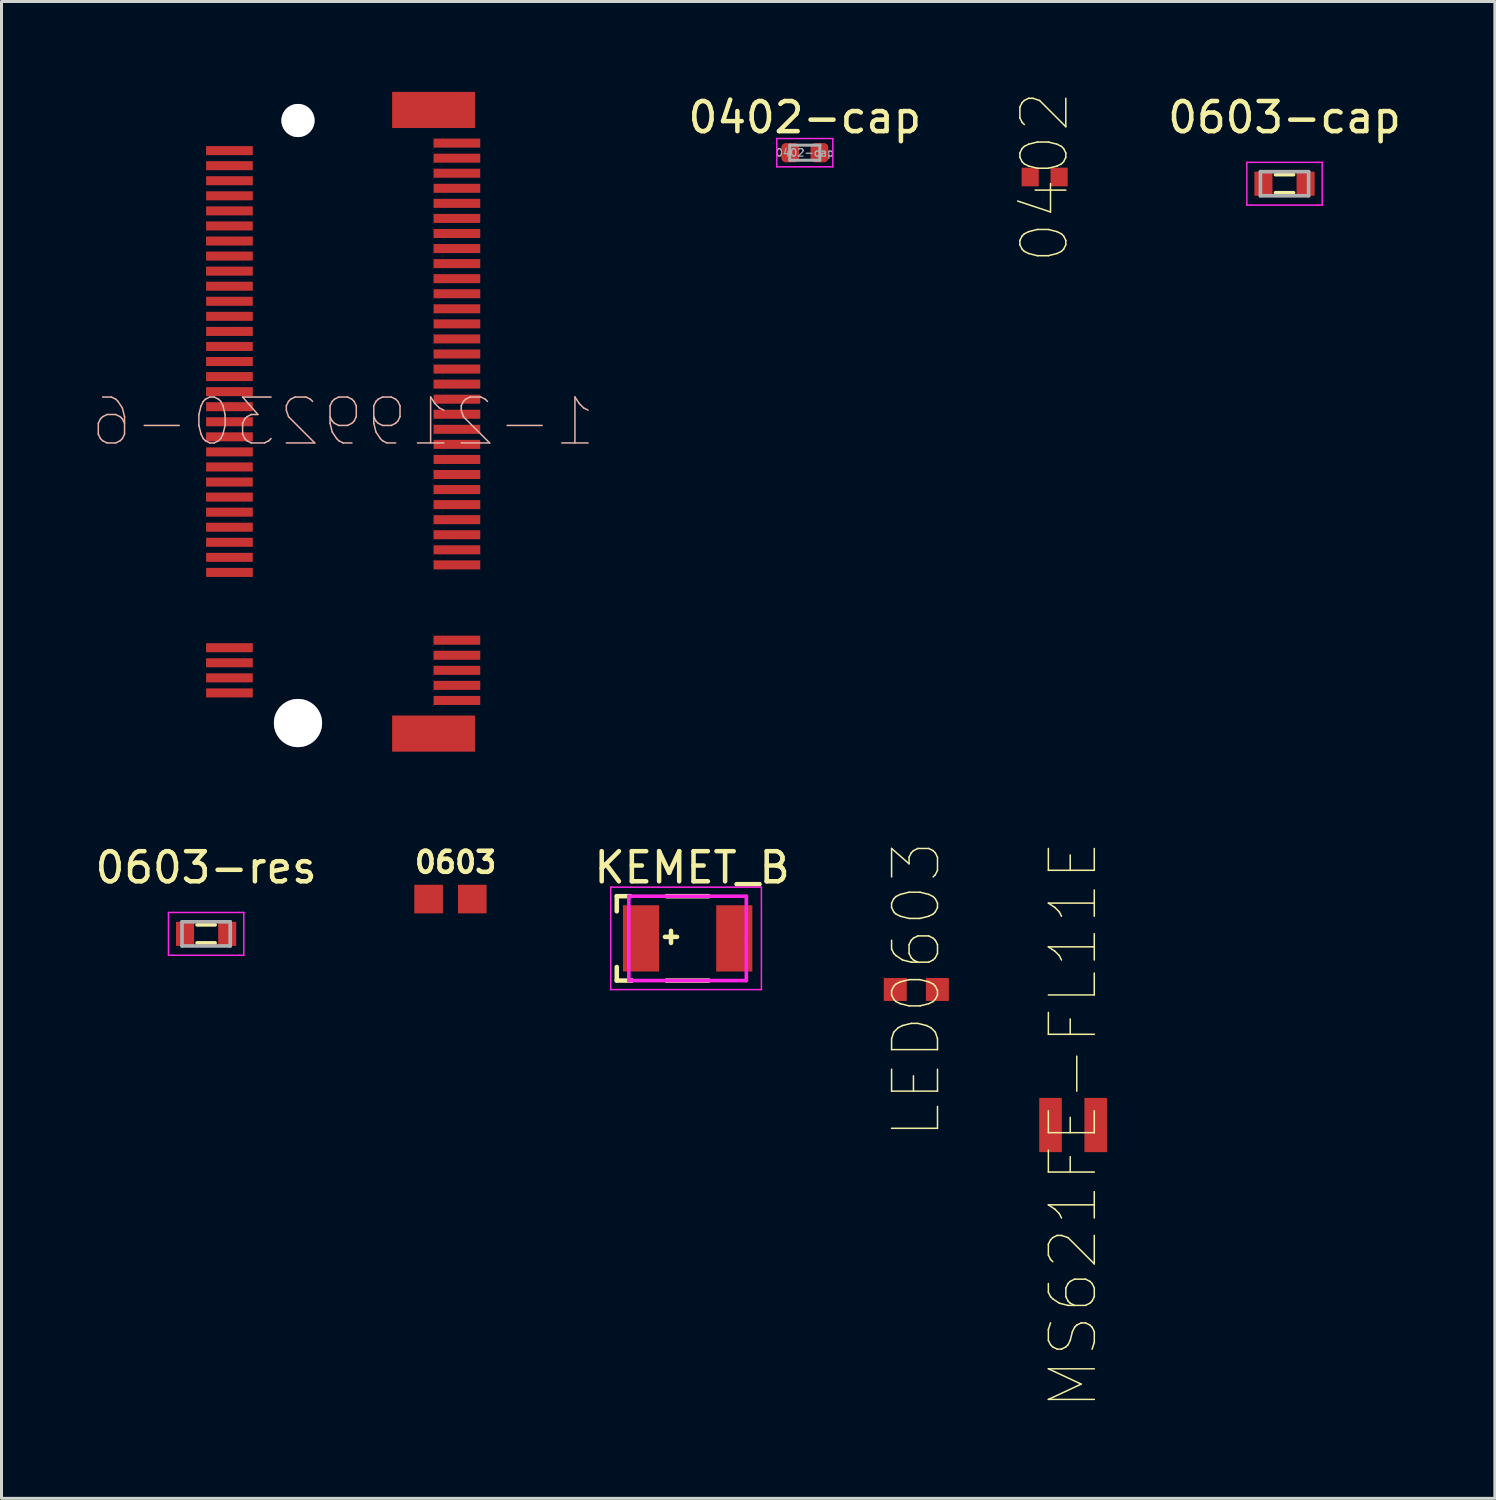
<source format=kicad_pcb>
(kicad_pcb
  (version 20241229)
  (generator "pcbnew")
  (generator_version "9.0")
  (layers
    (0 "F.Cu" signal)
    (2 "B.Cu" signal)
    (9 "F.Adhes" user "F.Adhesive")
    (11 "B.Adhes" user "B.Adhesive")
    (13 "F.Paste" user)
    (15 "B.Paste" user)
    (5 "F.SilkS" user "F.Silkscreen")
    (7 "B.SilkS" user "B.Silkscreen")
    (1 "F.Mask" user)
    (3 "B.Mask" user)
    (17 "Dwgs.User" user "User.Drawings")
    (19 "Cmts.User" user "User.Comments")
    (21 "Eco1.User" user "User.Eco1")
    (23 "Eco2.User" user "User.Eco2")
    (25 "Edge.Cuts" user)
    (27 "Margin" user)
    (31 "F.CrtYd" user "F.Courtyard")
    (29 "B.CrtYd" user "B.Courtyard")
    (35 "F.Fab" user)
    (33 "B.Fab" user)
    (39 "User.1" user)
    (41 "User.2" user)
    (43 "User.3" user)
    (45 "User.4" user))
  (footprint "0603"
    (layer "F.Cu")
    (at 11.902 26.793)
    (property "Reference" "0603" (at 0.17 -1.22 0) (layer "F.SilkS") (effects (font (size 0.7 0.7) (thickness 0.15))))
    (attr smd)
    (pad "1" smd rect (at -0.725 0 90) (size 0.95 0.95) (layers "F.Cu" "F.Mask" "F.Paste"))
    (pad "2" smd rect (at 0.725 0 90) (size 0.95 0.95) (layers "F.Cu" "F.Mask" "F.Paste")))
  (footprint "0402"
    (layer "F.Cu")
    (at 31.625 2.825)
    (property "Reference" "0402" (at 0 0 90) (layer "F.SilkS") (effects (font (size 1.524 1.524) (thickness 0.05))))
    (attr smd)
    (pad "1" smd rect (at -0.48 0 90) (size 0.62 0.57) (layers "F.Cu" "F.Mask" "F.Paste"))
    (pad "2" smd rect (at 0.48 0 90) (size 0.62 0.57) (layers "F.Cu" "F.Mask" "F.Paste")))
  (footprint "0402-cap"
    (layer "F.Cu")
    (at 23.664 2.018)
    (property "Reference" "0402-cap" (at 0 -1.17 0) (layer "F.SilkS") (effects (font (size 1 1) (thickness 0.15))))
    (attr smd)
    (fp_line (start -0.93 -0.47) (end 0.93 -0.47) (stroke (width 0.05) (type solid)) (layer "F.CrtYd"))
    (fp_line (start -0.93 0.47) (end -0.93 -0.47) (stroke (width 0.05) (type solid)) (layer "F.CrtYd"))
    (fp_line (start 0.93 -0.47) (end 0.93 0.47) (stroke (width 0.05) (type solid)) (layer "F.CrtYd"))
    (fp_line (start 0.93 0.47) (end -0.93 0.47) (stroke (width 0.05) (type solid)) (layer "F.CrtYd"))
    (fp_line (start -0.5 -0.25) (end 0.5 -0.25) (stroke (width 0.1) (type solid)) (layer "F.Fab"))
    (fp_line (start -0.5 0.25) (end -0.5 -0.25) (stroke (width 0.1) (type solid)) (layer "F.Fab"))
    (fp_line (start 0.5 -0.25) (end 0.5 0.25) (stroke (width 0.1) (type solid)) (layer "F.Fab"))
    (fp_line (start 0.5 0.25) (end -0.5 0.25) (stroke (width 0.1) (type solid)) (layer "F.Fab"))
    (fp_text user "${REFERENCE}" (at 0 0 0) (layer "F.Fab") (effects (font (size 0.25 0.25) (thickness 0.04))))
    (pad "1" smd roundrect (at -0.485 0) (size 0.59 0.64) (layers "F.Cu" "F.Mask" "F.Paste") (roundrect_rratio 0.25))
    (pad "2" smd roundrect (at 0.485 0) (size 0.59 0.64) (layers "F.Cu" "F.Mask" "F.Paste") (roundrect_rratio 0.25)))
  (footprint "LED0603"
    (layer "F.Cu")
    (at 27.366 29.794)
    (property "Reference" "LED0603" (at 0 0 270) (layer "F.SilkS") (effects (font (size 1.524 1.524) (thickness 0.05))))
    (attr smd)
    (pad "A" smd rect (at 0.699 0 180) (size 0.762 0.762) (layers "F.Cu" "F.Mask" "F.Paste"))
    (pad "K" smd rect (at -0.699 0 180) (size 0.762 0.762) (layers "F.Cu" "F.Mask" "F.Paste")))
  (footprint "KEMET_B"
    (layer "F.Cu")
    (at 18.223 28.098)
    (property "Reference" "KEMET_B" (at 1.7 -2.35 0) (layer "F.SilkS") (effects (font (size 1 1) (thickness 0.15))))
    (attr through_hole)
    (fp_line (start -0.8 -1.4) (end -0.8 -0.9) (stroke (width 0.15) (type solid)) (layer "F.SilkS"))
    (fp_line (start -0.8 0.95) (end -0.8 1.4) (stroke (width 0.15) (type solid)) (layer "F.SilkS"))
    (fp_line (start -0.8 1.4) (end -0.3 1.4) (stroke (width 0.15) (type solid)) (layer "F.SilkS"))
    (fp_line (start -0.35 -1.4) (end -0.8 -1.4) (stroke (width 0.15) (type solid)) (layer "F.SilkS"))
    (fp_line (start 0.8 -0.05) (end 1.2 -0.05) (stroke (width 0.15) (type solid)) (layer "F.SilkS"))
    (fp_line (start 0.85 -1.4) (end 2.25 -1.4) (stroke (width 0.15) (type solid)) (layer "F.SilkS"))
    (fp_line (start 0.85 1.4) (end 2.25 1.4) (stroke (width 0.15) (type solid)) (layer "F.SilkS"))
    (fp_line (start 1 0.15) (end 1 -0.25) (stroke (width 0.15) (type solid)) (layer "F.SilkS"))
    (fp_line (start -1 -1.7) (end -1 1.7) (stroke (width 0.05) (type solid)) (layer "F.CrtYd"))
    (fp_line (start -1 -1.7) (end 4 -1.7) (stroke (width 0.05) (type solid)) (layer "F.CrtYd"))
    (fp_line (start -0.4 -1.4) (end -0.4 1.4) (stroke (width 0.12) (type solid)) (layer "F.CrtYd"))
    (fp_line (start -0.4 1.4) (end 3.5 1.4) (stroke (width 0.12) (type solid)) (layer "F.CrtYd"))
    (fp_line (start 3.5 -1.4) (end -0.4 -1.4) (stroke (width 0.12) (type solid)) (layer "F.CrtYd"))
    (fp_line (start 3.5 0) (end 3.5 -1.4) (stroke (width 0.12) (type solid)) (layer "F.CrtYd"))
    (fp_line (start 3.5 1.4) (end 3.5 0) (stroke (width 0.12) (type solid)) (layer "F.CrtYd"))
    (fp_line (start 4 -1.7) (end 4 1.7) (stroke (width 0.05) (type solid)) (layer "F.CrtYd"))
    (fp_line (start 4 1.7) (end -1 1.7) (stroke (width 0.05) (type solid)) (layer "F.CrtYd"))
    (pad "1" smd rect (at 0.005 0) (size 1.2 2.2) (layers "F.Cu" "F.Mask" "F.Paste"))
    (pad "2" smd rect (at 3.1 0) (size 1.2 2.2) (layers "F.Cu" "F.Mask" "F.Paste")))
  (footprint "0603-cap"
    (layer "F.Cu")
    (at 39.587 3.048)
    (property "Reference" "0603-cap" (at 0 -2.2 0) (layer "F.SilkS") (effects (font (size 1 1) (thickness 0.15))))
    (attr smd)
    (fp_line (start -0.3 -0.3) (end 0.3 -0.3) (stroke (width 0.12) (type solid)) (layer "F.SilkS"))
    (fp_line (start -0.3 0.3) (end 0.3 0.3) (stroke (width 0.12) (type solid)) (layer "F.SilkS"))
    (fp_line (start -1.25 0.71) (end -1.25 -0.71) (stroke (width 0.05) (type solid)) (layer "F.CrtYd"))
    (fp_line (start -1.11 -0.71) (end -1.25 -0.71) (stroke (width 0.05) (type solid)) (layer "F.CrtYd"))
    (fp_line (start -1.11 -0.71) (end 1.11 -0.71) (stroke (width 0.05) (type solid)) (layer "F.CrtYd"))
    (fp_line (start -1.11 0.71) (end -1.25 0.71) (stroke (width 0.05) (type solid)) (layer "F.CrtYd"))
    (fp_line (start 1.11 -0.71) (end 1.25 -0.71) (stroke (width 0.05) (type solid)) (layer "F.CrtYd"))
    (fp_line (start 1.11 0.71) (end -1.11 0.71) (stroke (width 0.05) (type solid)) (layer "F.CrtYd"))
    (fp_line (start 1.11 0.71) (end 1.25 0.71) (stroke (width 0.05) (type solid)) (layer "F.CrtYd"))
    (fp_line (start 1.25 -0.71) (end 1.25 0.71) (stroke (width 0.05) (type solid)) (layer "F.CrtYd"))
    (fp_line (start -0.8 -0.4) (end -0.8 0.4) (stroke (width 0.12) (type solid)) (layer "F.Fab"))
    (fp_line (start -0.8 0.4) (end 0.8 0.4) (stroke (width 0.12) (type solid)) (layer "F.Fab"))
    (fp_line (start 0.8 -0.4) (end -0.8 -0.4) (stroke (width 0.12) (type solid)) (layer "F.Fab"))
    (fp_line (start 0.8 0.4) (end 0.8 -0.4) (stroke (width 0.12) (type solid)) (layer "F.Fab"))
    (pad "1" smd rect (at -0.7 0) (size 0.6 0.8) (layers "F.Cu" "F.Mask" "F.Paste"))
    (pad "2" smd rect (at 0.7 0) (size 0.6 0.8) (layers "F.Cu" "F.Mask" "F.Paste")))
  (footprint "MS621FE-FL11E"
    (layer "F.Cu")
    (at 32.57 34.293)
    (property "Reference" "MS621FE-FL11E" (at 0 0 270) (layer "F.SilkS") (effects (font (size 1.524 1.524) (thickness 0.05))))
    (attr smd)
    (pad "+" smd rect (at 0.75 0 90) (size 1.8 0.75) (layers "F.Cu" "F.Mask" "F.Paste"))
    (pad "-" smd rect (at -0.75 0 90) (size 1.8 0.75) (layers "F.Cu" "F.Mask" "F.Paste")))
  (footprint "1-2199230-6"
    (layer "F.Cu")
    (at 8.341 10.95)
    (property "Reference" "1-2199230-6" (at 0 0 0) (layer "B.SilkS") (effects (font (size 1.524 1.524) (thickness 0.05)) (justify mirror)))
    (attr smd)
    (pad "1" smd rect (at 3.775 -9.25 270) (size 0.3 1.55) (layers "F.Cu" "F.Mask" "F.Paste"))
    (pad "2" smd rect (at -3.775 -9 270) (size 0.3 1.55) (layers "F.Cu" "F.Mask" "F.Paste"))
    (pad "3" smd rect (at 3.775 -8.75 270) (size 0.3 1.55) (layers "F.Cu" "F.Mask" "F.Paste"))
    (pad "4" smd rect (at -3.775 -8.5 270) (size 0.3 1.55) (layers "F.Cu" "F.Mask" "F.Paste"))
    (pad "5" smd rect (at 3.775 -8.25 270) (size 0.3 1.55) (layers "F.Cu" "F.Mask" "F.Paste"))
    (pad "6" smd rect (at -3.775 -8 270) (size 0.3 1.55) (layers "F.Cu" "F.Mask" "F.Paste"))
    (pad "7" smd rect (at 3.775 -7.75 270) (size 0.3 1.55) (layers "F.Cu" "F.Mask" "F.Paste"))
    (pad "8" smd rect (at -3.775 -7.5 270) (size 0.3 1.55) (layers "F.Cu" "F.Mask" "F.Paste"))
    (pad "9" smd rect (at 3.775 -7.25 270) (size 0.3 1.55) (layers "F.Cu" "F.Mask" "F.Paste"))
    (pad "10" smd rect (at -3.775 -7 270) (size 0.3 1.55) (layers "F.Cu" "F.Mask" "F.Paste"))
    (pad "11" smd rect (at 3.775 -6.75 270) (size 0.3 1.55) (layers "F.Cu" "F.Mask" "F.Paste"))
    (pad "12" smd rect (at -3.775 -6.5 270) (size 0.3 1.55) (layers "F.Cu" "F.Mask" "F.Paste"))
    (pad "13" smd rect (at 3.775 -6.25 270) (size 0.3 1.55) (layers "F.Cu" "F.Mask" "F.Paste"))
    (pad "14" smd rect (at -3.775 -6 270) (size 0.3 1.55) (layers "F.Cu" "F.Mask" "F.Paste"))
    (pad "15" smd rect (at 3.775 -5.75 270) (size 0.3 1.55) (layers "F.Cu" "F.Mask" "F.Paste"))
    (pad "16" smd rect (at -3.775 -5.5 270) (size 0.3 1.55) (layers "F.Cu" "F.Mask" "F.Paste"))
    (pad "17" smd rect (at 3.775 -5.25 270) (size 0.3 1.55) (layers "F.Cu" "F.Mask" "F.Paste"))
    (pad "18" smd rect (at -3.775 -5 270) (size 0.3 1.55) (layers "F.Cu" "F.Mask" "F.Paste"))
    (pad "19" smd rect (at 3.775 -4.75 270) (size 0.3 1.55) (layers "F.Cu" "F.Mask" "F.Paste"))
    (pad "20" smd rect (at -3.775 -4.5 270) (size 0.3 1.55) (layers "F.Cu" "F.Mask" "F.Paste"))
    (pad "21" smd rect (at 3.775 -4.25 270) (size 0.3 1.55) (layers "F.Cu" "F.Mask" "F.Paste"))
    (pad "22" smd rect (at -3.775 -4 270) (size 0.3 1.55) (layers "F.Cu" "F.Mask" "F.Paste"))
    (pad "23" smd rect (at 3.775 -3.75 270) (size 0.3 1.55) (layers "F.Cu" "F.Mask" "F.Paste"))
    (pad "24" smd rect (at -3.775 -3.5 270) (size 0.3 1.55) (layers "F.Cu" "F.Mask" "F.Paste"))
    (pad "25" smd rect (at 3.775 -3.25 270) (size 0.3 1.55) (layers "F.Cu" "F.Mask" "F.Paste"))
    (pad "26" smd rect (at -3.775 -3 270) (size 0.3 1.55) (layers "F.Cu" "F.Mask" "F.Paste"))
    (pad "27" smd rect (at 3.775 -2.75 270) (size 0.3 1.55) (layers "F.Cu" "F.Mask" "F.Paste"))
    (pad "28" smd rect (at -3.775 -2.5 270) (size 0.3 1.55) (layers "F.Cu" "F.Mask" "F.Paste"))
    (pad "29" smd rect (at 3.775 -2.25 270) (size 0.3 1.55) (layers "F.Cu" "F.Mask" "F.Paste"))
    (pad "30" smd rect (at -3.775 -2 270) (size 0.3 1.55) (layers "F.Cu" "F.Mask" "F.Paste"))
    (pad "31" smd rect (at 3.775 -1.75 270) (size 0.3 1.55) (layers "F.Cu" "F.Mask" "F.Paste"))
    (pad "32" smd rect (at -3.775 -1.5 270) (size 0.3 1.55) (layers "F.Cu" "F.Mask" "F.Paste"))
    (pad "33" smd rect (at 3.775 -1.25 270) (size 0.3 1.55) (layers "F.Cu" "F.Mask" "F.Paste"))
    (pad "34" smd rect (at -3.775 -1 270) (size 0.3 1.55) (layers "F.Cu" "F.Mask" "F.Paste"))
    (pad "35" smd rect (at 3.775 -0.75 270) (size 0.3 1.55) (layers "F.Cu" "F.Mask" "F.Paste"))
    (pad "36" smd rect (at -3.775 -0.5 270) (size 0.3 1.55) (layers "F.Cu" "F.Mask" "F.Paste"))
    (pad "37" smd rect (at 3.775 -0.25 270) (size 0.3 1.55) (layers "F.Cu" "F.Mask" "F.Paste"))
    (pad "38" smd rect (at -3.775 0 270) (size 0.3 1.55) (layers "F.Cu" "F.Mask" "F.Paste"))
    (pad "39" smd rect (at 3.775 0.25 270) (size 0.3 1.55) (layers "F.Cu" "F.Mask" "F.Paste"))
    (pad "40" smd rect (at -3.775 0.5 270) (size 0.3 1.55) (layers "F.Cu" "F.Mask" "F.Paste"))
    (pad "41" smd rect (at 3.775 0.75 270) (size 0.3 1.55) (layers "F.Cu" "F.Mask" "F.Paste"))
    (pad "42" smd rect (at -3.775 1 270) (size 0.3 1.55) (layers "F.Cu" "F.Mask" "F.Paste"))
    (pad "43" smd rect (at 3.775 1.25 270) (size 0.3 1.55) (layers "F.Cu" "F.Mask" "F.Paste"))
    (pad "44" smd rect (at -3.775 1.5 270) (size 0.3 1.55) (layers "F.Cu" "F.Mask" "F.Paste"))
    (pad "45" smd rect (at 3.775 1.75 270) (size 0.3 1.55) (layers "F.Cu" "F.Mask" "F.Paste"))
    (pad "46" smd rect (at -3.775 2 270) (size 0.3 1.55) (layers "F.Cu" "F.Mask" "F.Paste"))
    (pad "47" smd rect (at 3.775 2.25 270) (size 0.3 1.55) (layers "F.Cu" "F.Mask" "F.Paste"))
    (pad "48" smd rect (at -3.775 2.5 270) (size 0.3 1.55) (layers "F.Cu" "F.Mask" "F.Paste"))
    (pad "49" smd rect (at 3.775 2.75 270) (size 0.3 1.55) (layers "F.Cu" "F.Mask" "F.Paste"))
    (pad "50" smd rect (at -3.775 3 270) (size 0.3 1.55) (layers "F.Cu" "F.Mask" "F.Paste"))
    (pad "51" smd rect (at 3.775 3.25 270) (size 0.3 1.55) (layers "F.Cu" "F.Mask" "F.Paste"))
    (pad "52" smd rect (at -3.775 3.5 270) (size 0.3 1.55) (layers "F.Cu" "F.Mask" "F.Paste"))
    (pad "53" smd rect (at 3.775 3.75 270) (size 0.3 1.55) (layers "F.Cu" "F.Mask" "F.Paste"))
    (pad "54" smd rect (at -3.775 4 270) (size 0.3 1.55) (layers "F.Cu" "F.Mask" "F.Paste"))
    (pad "55" smd rect (at 3.775 4.25 270) (size 0.3 1.55) (layers "F.Cu" "F.Mask" "F.Paste"))
    (pad "56" smd rect (at -3.775 4.5 270) (size 0.3 1.55) (layers "F.Cu" "F.Mask" "F.Paste"))
    (pad "57" smd rect (at 3.775 4.75 270) (size 0.3 1.55) (layers "F.Cu" "F.Mask" "F.Paste"))
    (pad "58" smd rect (at -3.775 5 270) (size 0.3 1.55) (layers "F.Cu" "F.Mask" "F.Paste"))
    (pad "67" smd rect (at 3.775 7.25 270) (size 0.3 1.55) (layers "F.Cu" "F.Mask" "F.Paste"))
    (pad "68" smd rect (at -3.775 7.5 270) (size 0.3 1.55) (layers "F.Cu" "F.Mask" "F.Paste"))
    (pad "69" smd rect (at 3.775 7.75 270) (size 0.3 1.55) (layers "F.Cu" "F.Mask" "F.Paste"))
    (pad "70" smd rect (at -3.775 8 270) (size 0.3 1.55) (layers "F.Cu" "F.Mask" "F.Paste"))
    (pad "71" smd rect (at 3.775 8.25 270) (size 0.3 1.55) (layers "F.Cu" "F.Mask" "F.Paste"))
    (pad "72" smd rect (at -3.775 8.5 270) (size 0.3 1.55) (layers "F.Cu" "F.Mask" "F.Paste"))
    (pad "73" smd rect (at 3.775 8.75 270) (size 0.3 1.55) (layers "F.Cu" "F.Mask" "F.Paste"))
    (pad "74" smd rect (at -3.775 9 270) (size 0.3 1.55) (layers "F.Cu" "F.Mask" "F.Paste"))
    (pad "75" smd rect (at 3.775 9.25 270) (size 0.3 1.55) (layers "F.Cu" "F.Mask" "F.Paste"))
    (pad "None" thru_hole circle (at -1.5 -10 270) (size 1.1 1.1) (drill 1.1) (layers "*.Cu" "*.Mask"))
    (pad "None" thru_hole circle (at -1.5 10 270) (size 1.6 1.6) (drill 1.6) (layers "*.Cu" "*.Mask"))
    (pad "SH1" smd rect (at 3 -10.35 270) (size 1.2 2.75) (layers "F.Cu" "F.Mask" "F.Paste"))
    (pad "SH2" smd rect (at 3 10.35 270) (size 1.2 2.75) (layers "F.Cu" "F.Mask" "F.Paste")))
  (footprint "0603-res"
    (layer "F.Cu")
    (at 3.792 27.948)
    (property "Reference" "0603-res" (at 0 -2.2 0) (layer "F.SilkS") (effects (font (size 1 1) (thickness 0.15))))
    (attr smd)
    (fp_line (start -0.3 -0.3) (end 0.3 -0.3) (stroke (width 0.12) (type solid)) (layer "F.SilkS"))
    (fp_line (start -0.3 0.3) (end 0.3 0.3) (stroke (width 0.12) (type solid)) (layer "F.SilkS"))
    (fp_line (start -1.25 0.71) (end -1.25 -0.71) (stroke (width 0.05) (type solid)) (layer "F.CrtYd"))
    (fp_line (start -1.11 -0.71) (end -1.25 -0.71) (stroke (width 0.05) (type solid)) (layer "F.CrtYd"))
    (fp_line (start -1.11 -0.71) (end 1.11 -0.71) (stroke (width 0.05) (type solid)) (layer "F.CrtYd"))
    (fp_line (start -1.11 0.71) (end -1.25 0.71) (stroke (width 0.05) (type solid)) (layer "F.CrtYd"))
    (fp_line (start 1.11 -0.71) (end 1.25 -0.71) (stroke (width 0.05) (type solid)) (layer "F.CrtYd"))
    (fp_line (start 1.11 0.71) (end -1.11 0.71) (stroke (width 0.05) (type solid)) (layer "F.CrtYd"))
    (fp_line (start 1.11 0.71) (end 1.25 0.71) (stroke (width 0.05) (type solid)) (layer "F.CrtYd"))
    (fp_line (start 1.25 -0.71) (end 1.25 0.71) (stroke (width 0.05) (type solid)) (layer "F.CrtYd"))
    (fp_line (start -0.8 -0.4) (end -0.8 0.4) (stroke (width 0.12) (type solid)) (layer "F.Fab"))
    (fp_line (start -0.8 0.4) (end 0.8 0.4) (stroke (width 0.12) (type solid)) (layer "F.Fab"))
    (fp_line (start 0.8 -0.4) (end -0.8 -0.4) (stroke (width 0.12) (type solid)) (layer "F.Fab"))
    (fp_line (start 0.8 0.4) (end 0.8 -0.4) (stroke (width 0.12) (type solid)) (layer "F.Fab"))
    (pad "1" smd rect (at -0.7 0) (size 0.6 0.8) (layers "F.Cu" "F.Mask" "F.Paste"))
    (pad "2" smd rect (at 0.7 0) (size 0.6 0.8) (layers "F.Cu" "F.Mask" "F.Paste")))
  (gr_rect
    (start -3 -3)
    (end 46.569 46.686)
    (stroke (width 0.1) (type default))
    (fill no)
    (layer "Edge.Cuts")))
</source>
